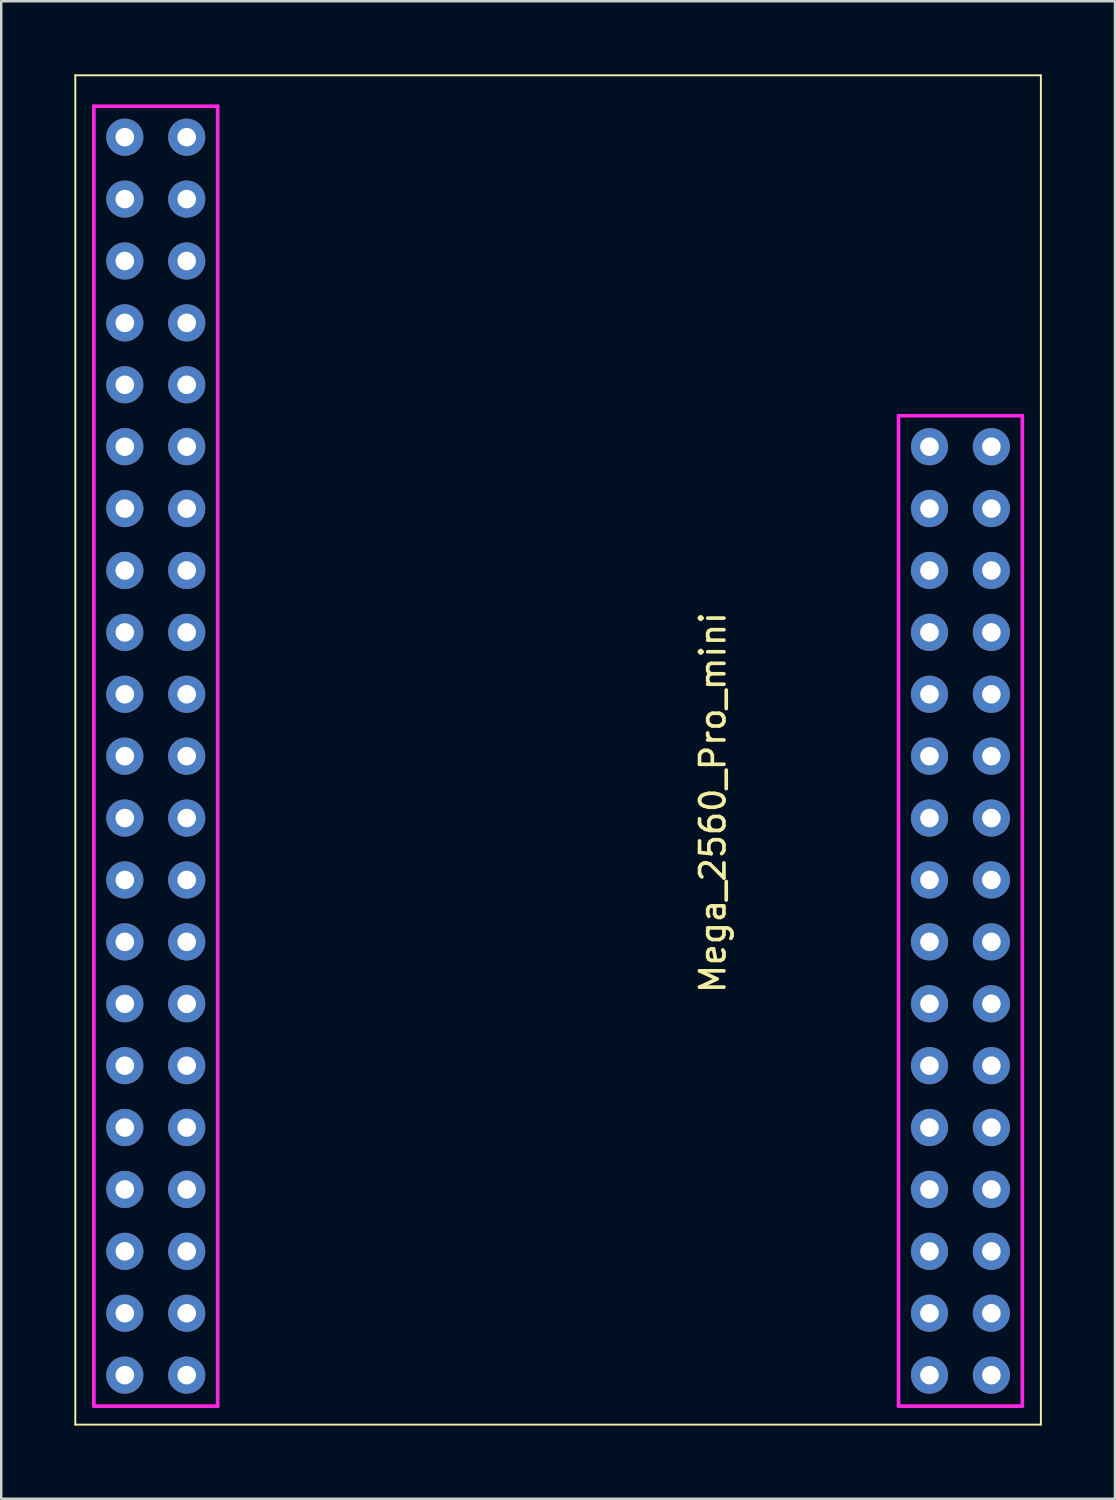
<source format=kicad_pcb>
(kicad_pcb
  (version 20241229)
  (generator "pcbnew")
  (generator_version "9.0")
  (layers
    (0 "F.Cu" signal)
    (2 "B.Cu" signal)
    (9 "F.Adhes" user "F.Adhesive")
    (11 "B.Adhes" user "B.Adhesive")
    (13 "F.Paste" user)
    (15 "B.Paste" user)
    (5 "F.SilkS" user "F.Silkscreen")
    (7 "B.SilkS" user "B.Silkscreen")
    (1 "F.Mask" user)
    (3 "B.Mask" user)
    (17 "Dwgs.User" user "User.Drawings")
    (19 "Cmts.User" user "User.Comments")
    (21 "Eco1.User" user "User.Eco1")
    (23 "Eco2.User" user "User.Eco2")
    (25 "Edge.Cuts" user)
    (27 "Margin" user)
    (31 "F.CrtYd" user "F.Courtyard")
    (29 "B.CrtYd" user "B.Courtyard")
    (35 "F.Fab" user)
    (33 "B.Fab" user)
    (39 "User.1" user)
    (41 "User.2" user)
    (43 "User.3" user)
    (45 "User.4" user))
  (footprint "Mega_2560_Pro_mini"
    (layer "F.Cu")
    (at 19.852 27.98)
    (property "Reference" "Mega_2560_Pro_mini" (at 6.35 1.905 270) (layer "F.SilkS") (effects (font (size 1 1) (thickness 0.15))))
    (attr through_hole)
    (fp_line (start -19.812 -27.94) (end 19.812 -27.94) (stroke (width 0.08) (type solid)) (layer "F.SilkS"))
    (fp_line (start -19.812 27.432) (end -19.812 -27.94) (stroke (width 0.08) (type solid)) (layer "F.SilkS"))
    (fp_line (start -19.812 27.432) (end 19.812 27.432) (stroke (width 0.08) (type solid)) (layer "F.SilkS"))
    (fp_line (start -19.05 -26.67) (end -13.97 -26.67) (stroke (width 0.08) (type solid)) (layer "F.SilkS"))
    (fp_line (start -19.05 26.67) (end -19.05 -26.67) (stroke (width 0.08) (type solid)) (layer "F.SilkS"))
    (fp_line (start -13.97 -26.67) (end -13.97 26.67) (stroke (width 0.08) (type solid)) (layer "F.SilkS"))
    (fp_line (start -13.97 26.67) (end -19.05 26.67) (stroke (width 0.08) (type solid)) (layer "F.SilkS"))
    (fp_line (start 13.97 -13.97) (end 13.97 26.67) (stroke (width 0.08) (type solid)) (layer "F.SilkS"))
    (fp_line (start 13.97 -13.97) (end 19.05 -13.97) (stroke (width 0.08) (type solid)) (layer "F.SilkS"))
    (fp_line (start 19.05 26.67) (end 13.97 26.67) (stroke (width 0.08) (type solid)) (layer "F.SilkS"))
    (fp_line (start 19.05 26.67) (end 19.05 -13.97) (stroke (width 0.08) (type solid)) (layer "F.SilkS"))
    (fp_line (start 19.812 27.432) (end 19.812 -27.94) (stroke (width 0.08) (type solid)) (layer "F.SilkS"))
    (fp_line (start -19.05 -26.67) (end -19.05 26.67) (stroke (width 0.15) (type solid)) (layer "F.CrtYd"))
    (fp_line (start -13.97 -26.67) (end -19.05 -26.67) (stroke (width 0.15) (type solid)) (layer "F.CrtYd"))
    (fp_line (start -13.97 26.67) (end -19.05 26.67) (stroke (width 0.15) (type solid)) (layer "F.CrtYd"))
    (fp_line (start -13.97 26.67) (end -13.97 -26.67) (stroke (width 0.15) (type solid)) (layer "F.CrtYd"))
    (fp_line (start 13.97 -13.97) (end 13.97 26.67) (stroke (width 0.15) (type solid)) (layer "F.CrtYd"))
    (fp_line (start 13.97 26.67) (end 19.05 26.67) (stroke (width 0.15) (type solid)) (layer "F.CrtYd"))
    (fp_line (start 19.05 -13.97) (end 13.97 -13.97) (stroke (width 0.15) (type solid)) (layer "F.CrtYd"))
    (fp_line (start 19.05 26.67) (end 19.05 -13.97) (stroke (width 0.15) (type solid)) (layer "F.CrtYd"))
    (fp_line (start -19.05 -26.67) (end -13.97 -26.67) (stroke (width 0.04) (type solid)) (layer "F.Fab"))
    (fp_line (start -19.05 26.67) (end -19.05 -26.67) (stroke (width 0.04) (type solid)) (layer "F.Fab"))
    (fp_line (start -13.97 -26.67) (end -13.97 26.67) (stroke (width 0.04) (type solid)) (layer "F.Fab"))
    (fp_line (start -13.97 26.67) (end -19.05 26.67) (stroke (width 0.04) (type solid)) (layer "F.Fab"))
    (fp_line (start 13.97 -13.97) (end 13.97 26.67) (stroke (width 0.04) (type solid)) (layer "F.Fab"))
    (fp_line (start 19.05 -13.97) (end 13.97 -13.97) (stroke (width 0.04) (type solid)) (layer "F.Fab"))
    (fp_line (start 19.05 -13.97) (end 19.05 26.67) (stroke (width 0.04) (type solid)) (layer "F.Fab"))
    (fp_line (start 19.05 26.67) (end 13.97 26.67) (stroke (width 0.04) (type solid)) (layer "F.Fab"))
    (pad "1" thru_hole circle (at -17.78 -25.4) (size 1.524 1.524) (drill 0.762) (layers "*.Cu" "*.Mask"))
    (pad "2" thru_hole circle (at -17.78 -22.86) (size 1.524 1.524) (drill 0.762) (layers "*.Cu" "*.Mask"))
    (pad "3" thru_hole circle (at -17.78 -20.32) (size 1.524 1.524) (drill 0.762) (layers "*.Cu" "*.Mask"))
    (pad "4" thru_hole circle (at -17.78 -17.78) (size 1.524 1.524) (drill 0.762) (layers "*.Cu" "*.Mask"))
    (pad "5" thru_hole circle (at -17.78 -15.24) (size 1.524 1.524) (drill 0.762) (layers "*.Cu" "*.Mask"))
    (pad "6" thru_hole circle (at -17.78 -12.7) (size 1.524 1.524) (drill 0.762) (layers "*.Cu" "*.Mask"))
    (pad "7" thru_hole circle (at -17.78 -10.16) (size 1.524 1.524) (drill 0.762) (layers "*.Cu" "*.Mask"))
    (pad "8" thru_hole circle (at -17.78 -7.62) (size 1.524 1.524) (drill 0.762) (layers "*.Cu" "*.Mask"))
    (pad "9" thru_hole circle (at -17.78 -5.08) (size 1.524 1.524) (drill 0.762) (layers "*.Cu" "*.Mask"))
    (pad "10" thru_hole circle (at -17.78 -2.54) (size 1.524 1.524) (drill 0.762) (layers "*.Cu" "*.Mask"))
    (pad "11" thru_hole circle (at -17.78 0) (size 1.524 1.524) (drill 0.762) (layers "*.Cu" "*.Mask"))
    (pad "12" thru_hole circle (at -17.78 2.54) (size 1.524 1.524) (drill 0.762) (layers "*.Cu" "*.Mask"))
    (pad "13" thru_hole circle (at -17.78 5.08) (size 1.524 1.524) (drill 0.762) (layers "*.Cu" "*.Mask"))
    (pad "14" thru_hole circle (at -17.78 7.62) (size 1.524 1.524) (drill 0.762) (layers "*.Cu" "*.Mask"))
    (pad "15" thru_hole circle (at -17.78 10.16) (size 1.524 1.524) (drill 0.762) (layers "*.Cu" "*.Mask"))
    (pad "16" thru_hole circle (at -17.78 12.7) (size 1.524 1.524) (drill 0.762) (layers "*.Cu" "*.Mask"))
    (pad "17" thru_hole circle (at -17.78 15.24) (size 1.524 1.524) (drill 0.762) (layers "*.Cu" "*.Mask"))
    (pad "18" thru_hole circle (at -17.78 17.78) (size 1.524 1.524) (drill 0.762) (layers "*.Cu" "*.Mask"))
    (pad "19" thru_hole circle (at -17.78 20.32) (size 1.524 1.524) (drill 0.762) (layers "*.Cu" "*.Mask"))
    (pad "20" thru_hole circle (at -17.78 22.86) (size 1.524 1.524) (drill 0.762) (layers "*.Cu" "*.Mask"))
    (pad "21" thru_hole circle (at -17.78 25.4) (size 1.524 1.524) (drill 0.762) (layers "*.Cu" "*.Mask"))
    (pad "22" thru_hole circle (at -15.24 -25.4) (size 1.524 1.524) (drill 0.762) (layers "*.Cu" "*.Mask"))
    (pad "23" thru_hole circle (at -15.24 -22.86) (size 1.524 1.524) (drill 0.762) (layers "*.Cu" "*.Mask"))
    (pad "24" thru_hole circle (at -15.24 -20.32) (size 1.524 1.524) (drill 0.762) (layers "*.Cu" "*.Mask"))
    (pad "25" thru_hole circle (at -15.24 -17.78) (size 1.524 1.524) (drill 0.762) (layers "*.Cu" "*.Mask"))
    (pad "26" thru_hole circle (at -15.24 -15.24) (size 1.524 1.524) (drill 0.762) (layers "*.Cu" "*.Mask"))
    (pad "27" thru_hole circle (at -15.24 -12.7) (size 1.524 1.524) (drill 0.762) (layers "*.Cu" "*.Mask"))
    (pad "28" thru_hole circle (at -15.24 -10.16) (size 1.524 1.524) (drill 0.762) (layers "*.Cu" "*.Mask"))
    (pad "29" thru_hole circle (at -15.24 -7.62) (size 1.524 1.524) (drill 0.762) (layers "*.Cu" "*.Mask"))
    (pad "30" thru_hole circle (at -15.24 -5.08) (size 1.524 1.524) (drill 0.762) (layers "*.Cu" "*.Mask"))
    (pad "31" thru_hole circle (at -15.24 -2.54) (size 1.524 1.524) (drill 0.762) (layers "*.Cu" "*.Mask"))
    (pad "32" thru_hole circle (at -15.24 0) (size 1.524 1.524) (drill 0.762) (layers "*.Cu" "*.Mask"))
    (pad "33" thru_hole circle (at -15.24 2.54) (size 1.524 1.524) (drill 0.762) (layers "*.Cu" "*.Mask"))
    (pad "34" thru_hole circle (at -15.24 5.08) (size 1.524 1.524) (drill 0.762) (layers "*.Cu" "*.Mask"))
    (pad "35" thru_hole circle (at -15.24 7.62) (size 1.524 1.524) (drill 0.762) (layers "*.Cu" "*.Mask"))
    (pad "36" thru_hole circle (at -15.24 10.16) (size 1.524 1.524) (drill 0.762) (layers "*.Cu" "*.Mask"))
    (pad "37" thru_hole circle (at -15.24 12.7) (size 1.524 1.524) (drill 0.762) (layers "*.Cu" "*.Mask"))
    (pad "38" thru_hole circle (at -15.24 15.24) (size 1.524 1.524) (drill 0.762) (layers "*.Cu" "*.Mask"))
    (pad "39" thru_hole circle (at -15.24 17.78) (size 1.524 1.524) (drill 0.762) (layers "*.Cu" "*.Mask"))
    (pad "40" thru_hole circle (at -15.24 20.32) (size 1.524 1.524) (drill 0.762) (layers "*.Cu" "*.Mask"))
    (pad "41" thru_hole circle (at -15.24 22.86) (size 1.524 1.524) (drill 0.762) (layers "*.Cu" "*.Mask"))
    (pad "42" thru_hole circle (at -15.24 25.4) (size 1.524 1.524) (drill 0.762) (layers "*.Cu" "*.Mask"))
    (pad "43" thru_hole circle (at 15.24 -12.7) (size 1.524 1.524) (drill 0.762) (layers "*.Cu" "*.Mask"))
    (pad "44" thru_hole circle (at 15.24 -10.16) (size 1.524 1.524) (drill 0.762) (layers "*.Cu" "*.Mask"))
    (pad "45" thru_hole circle (at 15.24 -7.62) (size 1.524 1.524) (drill 0.762) (layers "*.Cu" "*.Mask"))
    (pad "46" thru_hole circle (at 15.24 -5.08) (size 1.524 1.524) (drill 0.762) (layers "*.Cu" "*.Mask"))
    (pad "47" thru_hole circle (at 15.24 -2.54) (size 1.524 1.524) (drill 0.762) (layers "*.Cu" "*.Mask"))
    (pad "48" thru_hole circle (at 15.24 0) (size 1.524 1.524) (drill 0.762) (layers "*.Cu" "*.Mask"))
    (pad "49" thru_hole circle (at 15.24 2.54) (size 1.524 1.524) (drill 0.762) (layers "*.Cu" "*.Mask"))
    (pad "50" thru_hole circle (at 15.24 5.08) (size 1.524 1.524) (drill 0.762) (layers "*.Cu" "*.Mask"))
    (pad "51" thru_hole circle (at 15.24 7.62) (size 1.524 1.524) (drill 0.762) (layers "*.Cu" "*.Mask"))
    (pad "52" thru_hole circle (at 15.24 10.16) (size 1.524 1.524) (drill 0.762) (layers "*.Cu" "*.Mask"))
    (pad "53" thru_hole circle (at 15.24 12.7) (size 1.524 1.524) (drill 0.762) (layers "*.Cu" "*.Mask"))
    (pad "54" thru_hole circle (at 15.24 15.24) (size 1.524 1.524) (drill 0.762) (layers "*.Cu" "*.Mask"))
    (pad "55" thru_hole circle (at 15.24 17.78) (size 1.524 1.524) (drill 0.762) (layers "*.Cu" "*.Mask"))
    (pad "56" thru_hole circle (at 15.24 20.32) (size 1.524 1.524) (drill 0.762) (layers "*.Cu" "*.Mask"))
    (pad "57" thru_hole circle (at 15.24 22.86) (size 1.524 1.524) (drill 0.762) (layers "*.Cu" "*.Mask"))
    (pad "58" thru_hole circle (at 15.24 25.4) (size 1.524 1.524) (drill 0.762) (layers "*.Cu" "*.Mask"))
    (pad "59" thru_hole circle (at 17.78 -12.7) (size 1.524 1.524) (drill 0.762) (layers "*.Cu" "*.Mask"))
    (pad "60" thru_hole circle (at 17.78 -10.16) (size 1.524 1.524) (drill 0.762) (layers "*.Cu" "*.Mask"))
    (pad "61" thru_hole circle (at 17.78 -7.62) (size 1.524 1.524) (drill 0.762) (layers "*.Cu" "*.Mask"))
    (pad "62" thru_hole circle (at 17.78 -5.08) (size 1.524 1.524) (drill 0.762) (layers "*.Cu" "*.Mask"))
    (pad "63" thru_hole circle (at 17.78 -2.54) (size 1.524 1.524) (drill 0.762) (layers "*.Cu" "*.Mask"))
    (pad "64" thru_hole circle (at 17.78 0) (size 1.524 1.524) (drill 0.762) (layers "*.Cu" "*.Mask"))
    (pad "65" thru_hole circle (at 17.78 2.54) (size 1.524 1.524) (drill 0.762) (layers "*.Cu" "*.Mask"))
    (pad "66" thru_hole circle (at 17.78 5.08) (size 1.524 1.524) (drill 0.762) (layers "*.Cu" "*.Mask"))
    (pad "67" thru_hole circle (at 17.78 7.62) (size 1.524 1.524) (drill 0.762) (layers "*.Cu" "*.Mask"))
    (pad "68" thru_hole circle (at 17.78 10.16) (size 1.524 1.524) (drill 0.762) (layers "*.Cu" "*.Mask"))
    (pad "69" thru_hole circle (at 17.78 12.7) (size 1.524 1.524) (drill 0.762) (layers "*.Cu" "*.Mask"))
    (pad "70" thru_hole circle (at 17.78 15.24) (size 1.524 1.524) (drill 0.762) (layers "*.Cu" "*.Mask"))
    (pad "71" thru_hole circle (at 17.78 17.78) (size 1.524 1.524) (drill 0.762) (layers "*.Cu" "*.Mask"))
    (pad "72" thru_hole circle (at 17.78 20.32) (size 1.524 1.524) (drill 0.762) (layers "*.Cu" "*.Mask"))
    (pad "73" thru_hole circle (at 17.78 22.86) (size 1.524 1.524) (drill 0.762) (layers "*.Cu" "*.Mask"))
    (pad "74" thru_hole circle (at 17.78 25.4) (size 1.524 1.524) (drill 0.762) (layers "*.Cu" "*.Mask")))
  (gr_rect
    (start -3 -3)
    (end 42.704 58.452)
    (stroke (width 0.1) (type default))
    (fill no)
    (layer "Edge.Cuts")))
</source>
